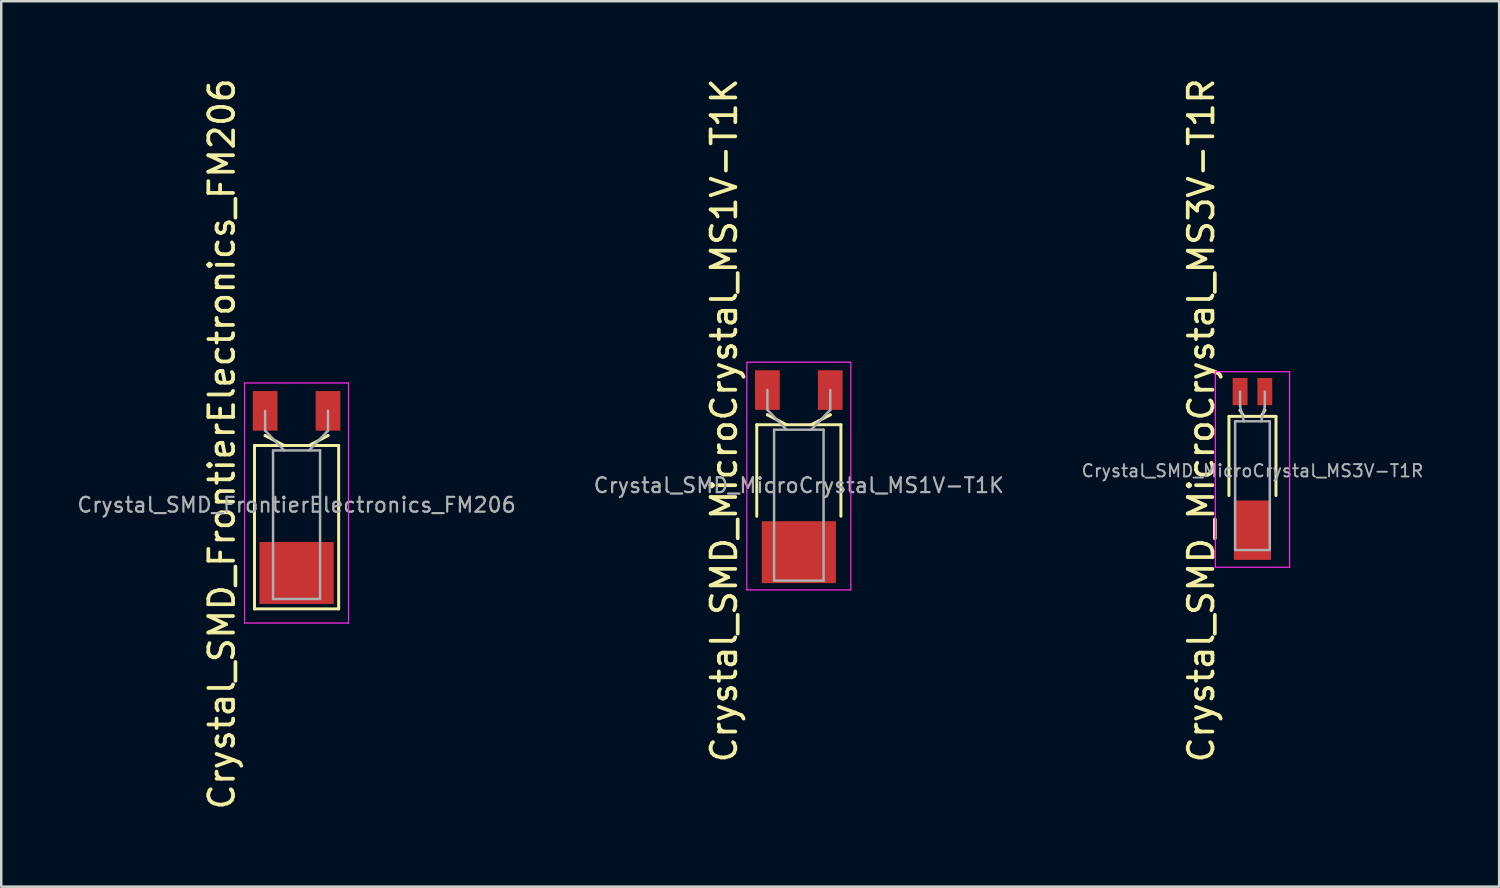
<source format=kicad_pcb>
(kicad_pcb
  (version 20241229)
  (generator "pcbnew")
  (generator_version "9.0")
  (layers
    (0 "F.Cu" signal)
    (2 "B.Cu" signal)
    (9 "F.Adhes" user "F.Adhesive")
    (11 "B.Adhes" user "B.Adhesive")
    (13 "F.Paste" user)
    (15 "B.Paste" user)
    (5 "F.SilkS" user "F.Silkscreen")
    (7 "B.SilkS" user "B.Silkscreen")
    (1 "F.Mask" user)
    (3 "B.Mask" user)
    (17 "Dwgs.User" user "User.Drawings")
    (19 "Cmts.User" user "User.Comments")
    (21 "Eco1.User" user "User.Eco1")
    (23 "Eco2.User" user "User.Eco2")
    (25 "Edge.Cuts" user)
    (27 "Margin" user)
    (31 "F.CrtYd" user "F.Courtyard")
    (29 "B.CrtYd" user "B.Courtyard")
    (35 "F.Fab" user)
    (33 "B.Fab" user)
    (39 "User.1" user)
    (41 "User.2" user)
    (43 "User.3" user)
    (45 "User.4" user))
  (footprint "Crystal_SMD_MicroCrystal_MS1V-T1K"
    (layer "F.Cu")
    (at 29.225 14.893)
    (property "Reference" "Crystal_SMD_MicroCrystal_MS1V-T1K" (at -3.02 -0.958 90) (layer "F.SilkS") (effects (font (size 1 1) (thickness 0.15))))
    (attr smd)
    (fp_line (start -1.7 -0.783) (end 1.7 -0.783) (stroke (width 0.12) (type solid)) (layer "F.SilkS"))
    (fp_line (start -1.7 2.917) (end -1.7 -0.783) (stroke (width 0.12) (type solid)) (layer "F.SilkS"))
    (fp_line (start -1.27 -1.183) (end -1.27 -1.183) (stroke (width 0.12) (type solid)) (layer "F.SilkS"))
    (fp_line (start -0.5 -0.783) (end -1.27 -1.183) (stroke (width 0.12) (type solid)) (layer "F.SilkS"))
    (fp_line (start 0.5 -0.783) (end 1.27 -1.183) (stroke (width 0.12) (type solid)) (layer "F.SilkS"))
    (fp_line (start 1.27 -1.183) (end 1.27 -1.183) (stroke (width 0.12) (type solid)) (layer "F.SilkS"))
    (fp_line (start 1.7 -0.783) (end 1.7 2.917) (stroke (width 0.12) (type solid)) (layer "F.SilkS"))
    (fp_line (start -2.1 -3.31) (end -2.1 5.89) (stroke (width 0.05) (type solid)) (layer "F.CrtYd"))
    (fp_line (start -2.1 5.89) (end 2.1 5.89) (stroke (width 0.05) (type solid)) (layer "F.CrtYd"))
    (fp_line (start 2.1 -3.31) (end -2.1 -3.31) (stroke (width 0.05) (type solid)) (layer "F.CrtYd"))
    (fp_line (start 2.1 5.89) (end 2.1 -3.31) (stroke (width 0.05) (type solid)) (layer "F.CrtYd"))
    (fp_line (start -1.27 -1.383) (end -1.27 -2.183) (stroke (width 0.1) (type solid)) (layer "F.Fab"))
    (fp_line (start -1 -0.583) (end -1 5.517) (stroke (width 0.1) (type solid)) (layer "F.Fab"))
    (fp_line (start -1 5.517) (end 1 5.517) (stroke (width 0.1) (type solid)) (layer "F.Fab"))
    (fp_line (start -0.5 -0.583) (end -1.27 -1.383) (stroke (width 0.1) (type solid)) (layer "F.Fab"))
    (fp_line (start 0.5 -0.583) (end 1.27 -1.383) (stroke (width 0.1) (type solid)) (layer "F.Fab"))
    (fp_line (start 1 -0.583) (end -1 -0.583) (stroke (width 0.1) (type solid)) (layer "F.Fab"))
    (fp_line (start 1 5.517) (end 1 -0.583) (stroke (width 0.1) (type solid)) (layer "F.Fab"))
    (fp_line (start 1.27 -1.383) (end 1.27 -2.183) (stroke (width 0.1) (type solid)) (layer "F.Fab"))
    (fp_text user "${REFERENCE}" (at 0 1.667 0) (layer "F.Fab") (effects (font (size 0.6 0.6) (thickness 0.09))))
    (pad "1" smd rect (at -1.27 -2.183) (size 1 1.6) (layers "F.Cu" "F.Mask" "F.Paste"))
    (pad "2" smd rect (at 1.27 -2.183) (size 1 1.6) (layers "F.Cu" "F.Mask" "F.Paste"))
    (pad "3" smd rect (at 0 4.367) (size 3 2.5) (layers "F.Cu" "F.Mask" "F.Paste")))
  (footprint "Crystal_SMD_MicroCrystal_MS3V-T1R"
    (layer "F.Cu")
    (at 47.553 14.639)
    (property "Reference" "Crystal_SMD_MicroCrystal_MS3V-T1R" (at -2.07 -0.704 90) (layer "F.SilkS") (effects (font (size 1 1) (thickness 0.15))))
    (attr smd)
    (fp_line (start -0.95 -0.867) (end 0.95 -0.867) (stroke (width 0.12) (type solid)) (layer "F.SilkS"))
    (fp_line (start -0.95 2.333) (end -0.95 -0.867) (stroke (width 0.12) (type solid)) (layer "F.SilkS"))
    (fp_line (start -0.5 -1.117) (end -0.5 -1.117) (stroke (width 0.12) (type solid)) (layer "F.SilkS"))
    (fp_line (start -0.35 -0.867) (end -0.5 -1.117) (stroke (width 0.12) (type solid)) (layer "F.SilkS"))
    (fp_line (start 0.35 -0.867) (end 0.5 -1.117) (stroke (width 0.12) (type solid)) (layer "F.SilkS"))
    (fp_line (start 0.5 -1.117) (end 0.5 -1.117) (stroke (width 0.12) (type solid)) (layer "F.SilkS"))
    (fp_line (start 0.95 -0.867) (end 0.95 2.333) (stroke (width 0.12) (type solid)) (layer "F.SilkS"))
    (fp_line (start -1.5 -2.67) (end -1.5 5.23) (stroke (width 0.05) (type solid)) (layer "F.CrtYd"))
    (fp_line (start -1.5 5.23) (end 1.5 5.23) (stroke (width 0.05) (type solid)) (layer "F.CrtYd"))
    (fp_line (start 1.5 -2.67) (end -1.5 -2.67) (stroke (width 0.05) (type solid)) (layer "F.CrtYd"))
    (fp_line (start 1.5 5.23) (end 1.5 -2.67) (stroke (width 0.05) (type solid)) (layer "F.CrtYd"))
    (fp_line (start -0.7 -0.667) (end -0.7 4.533) (stroke (width 0.1) (type solid)) (layer "F.Fab"))
    (fp_line (start -0.7 4.533) (end 0.7 4.533) (stroke (width 0.1) (type solid)) (layer "F.Fab"))
    (fp_line (start -0.5 -1.267) (end -0.5 -1.867) (stroke (width 0.1) (type solid)) (layer "F.Fab"))
    (fp_line (start -0.35 -0.667) (end -0.5 -1.267) (stroke (width 0.1) (type solid)) (layer "F.Fab"))
    (fp_line (start 0.35 -0.667) (end 0.5 -1.267) (stroke (width 0.1) (type solid)) (layer "F.Fab"))
    (fp_line (start 0.5 -1.267) (end 0.5 -1.867) (stroke (width 0.1) (type solid)) (layer "F.Fab"))
    (fp_line (start 0.7 -0.667) (end -0.7 -0.667) (stroke (width 0.1) (type solid)) (layer "F.Fab"))
    (fp_line (start 0.7 4.533) (end 0.7 -0.667) (stroke (width 0.1) (type solid)) (layer "F.Fab"))
    (fp_text user "${REFERENCE}" (at 0 1.333 0) (layer "F.Fab") (effects (font (size 0.5 0.5) (thickness 0.075))))
    (pad "1" smd rect (at -0.5 -1.867) (size 0.6 1.1) (layers "F.Cu" "F.Mask" "F.Paste"))
    (pad "2" smd rect (at 0.5 -1.867) (size 0.6 1.1) (layers "F.Cu" "F.Mask" "F.Paste"))
    (pad "3" smd rect (at 0 3.733) (size 1.5 2.4) (layers "F.Cu" "F.Mask" "F.Paste")))
  (footprint "Crystal_SMD_FrontierElectronics_FM206"
    (layer "F.Cu")
    (at 8.932 15.733)
    (property "Reference" "Crystal_SMD_FrontierElectronics_FM206" (at -3.02 -0.846 90) (layer "F.SilkS") (effects (font (size 1 1) (thickness 0.15))))
    (attr smd)
    (fp_line (start -1.7 -0.783) (end -1.7 5.817) (stroke (width 0.12) (type solid)) (layer "F.SilkS"))
    (fp_line (start -1.7 5.817) (end 1.7 5.817) (stroke (width 0.12) (type solid)) (layer "F.SilkS"))
    (fp_line (start -1.27 -1.183) (end -1.27 -1.183) (stroke (width 0.12) (type solid)) (layer "F.SilkS"))
    (fp_line (start -0.5 -0.783) (end -1.27 -1.183) (stroke (width 0.12) (type solid)) (layer "F.SilkS"))
    (fp_line (start 0.5 -0.783) (end 1.27 -1.183) (stroke (width 0.12) (type solid)) (layer "F.SilkS"))
    (fp_line (start 1.27 -1.183) (end 1.27 -1.183) (stroke (width 0.12) (type solid)) (layer "F.SilkS"))
    (fp_line (start 1.7 -0.783) (end -1.7 -0.783) (stroke (width 0.12) (type solid)) (layer "F.SilkS"))
    (fp_line (start 1.7 5.817) (end 1.7 -0.783) (stroke (width 0.12) (type solid)) (layer "F.SilkS"))
    (fp_line (start -2.1 -3.31) (end -2.1 6.39) (stroke (width 0.05) (type solid)) (layer "F.CrtYd"))
    (fp_line (start -2.1 6.39) (end 2.1 6.39) (stroke (width 0.05) (type solid)) (layer "F.CrtYd"))
    (fp_line (start 2.1 -3.31) (end -2.1 -3.31) (stroke (width 0.05) (type solid)) (layer "F.CrtYd"))
    (fp_line (start 2.1 6.39) (end 2.1 -3.31) (stroke (width 0.05) (type solid)) (layer "F.CrtYd"))
    (fp_line (start -1.27 -1.383) (end -1.27 -2.183) (stroke (width 0.1) (type solid)) (layer "F.Fab"))
    (fp_line (start -0.95 -0.583) (end -0.95 5.417) (stroke (width 0.1) (type solid)) (layer "F.Fab"))
    (fp_line (start -0.95 5.417) (end 0.95 5.417) (stroke (width 0.1) (type solid)) (layer "F.Fab"))
    (fp_line (start -0.5 -0.583) (end -1.27 -1.383) (stroke (width 0.1) (type solid)) (layer "F.Fab"))
    (fp_line (start 0.5 -0.583) (end 1.27 -1.383) (stroke (width 0.1) (type solid)) (layer "F.Fab"))
    (fp_line (start 0.95 -0.583) (end -0.95 -0.583) (stroke (width 0.1) (type solid)) (layer "F.Fab"))
    (fp_line (start 0.95 5.417) (end 0.95 -0.583) (stroke (width 0.1) (type solid)) (layer "F.Fab"))
    (fp_line (start 1.27 -1.383) (end 1.27 -2.183) (stroke (width 0.1) (type solid)) (layer "F.Fab"))
    (fp_text user "${REFERENCE}" (at 0 1.617 0) (layer "F.Fab") (effects (font (size 0.6 0.6) (thickness 0.09))))
    (pad "1" smd rect (at -1.27 -2.183) (size 1 1.6) (layers "F.Cu" "F.Mask" "F.Paste"))
    (pad "2" smd rect (at 1.27 -2.183) (size 1 1.6) (layers "F.Cu" "F.Mask" "F.Paste"))
    (pad "3" smd rect (at 0 4.367) (size 3 2.5) (layers "F.Cu" "F.Mask" "F.Paste")))
  (gr_rect
    (start -3 -3)
    (end 57.52 32.774)
    (stroke (width 0.1) (type default))
    (fill no)
    (layer "Edge.Cuts")))
</source>
